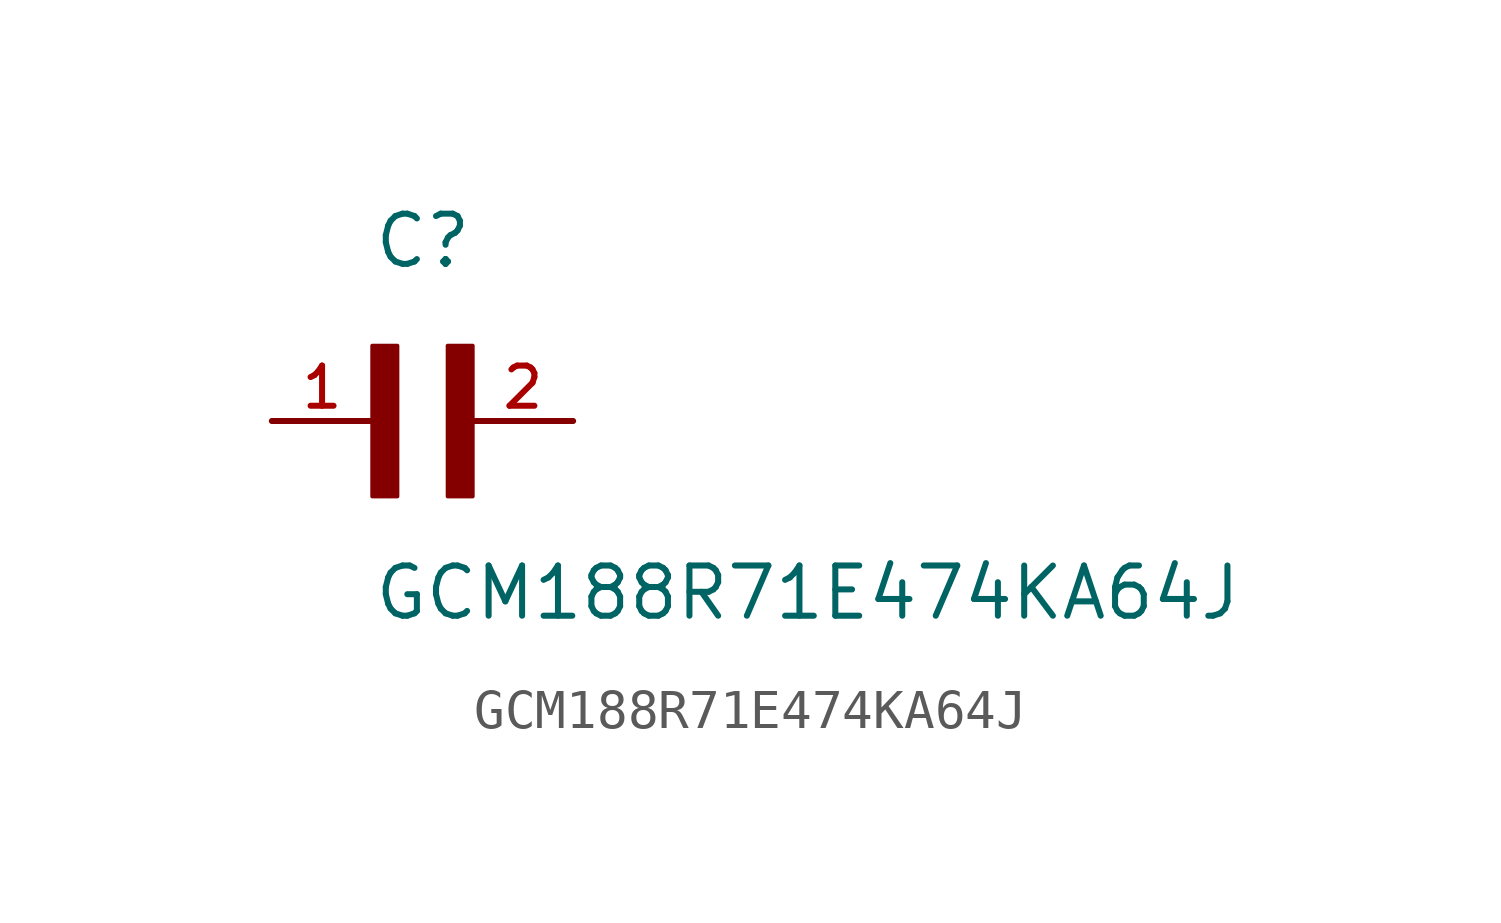
<source format=kicad_sym>
(kicad_symbol_lib
  (version 20211014)
  (generator kicad_symbol_editor)
  (symbol "GCM188R71E474KA64J"
    (pin_names
      (offset 1.016))
    (property "Reference" "C"
      (at 0.0 3.811 0)
      (effects (font (size 1.27 1.27)) (justify bottom left)))
    (property "Value" "GCM188R71E474KA64J"
      (at 0.0 -5.088 0)
      (effects (font (size 1.27 1.27)) (justify bottom left)))
    (symbol "GCM188R71E474KA64J_0_0"
      (rectangle (start 0.0 -1.907) (end 0.635 1.905) (stroke (width 0.1)) (fill (type outline)))
      (rectangle (start 1.907 -1.907) (end 2.54 1.905) (stroke (width 0.1)) (fill (type outline)))
      (pin passive line (at 5.08 0.0 180.0) (length 2.54) (name "~" (effects (font (size 1.016 1.016)))) (number "2" (effects (font (size 1.016 1.016)))))
      (pin passive line (at -2.54 0.0 0) (length 2.54) (name "~" (effects (font (size 1.016 1.016)))) (number "1" (effects (font (size 1.016 1.016))))))))
</source>
